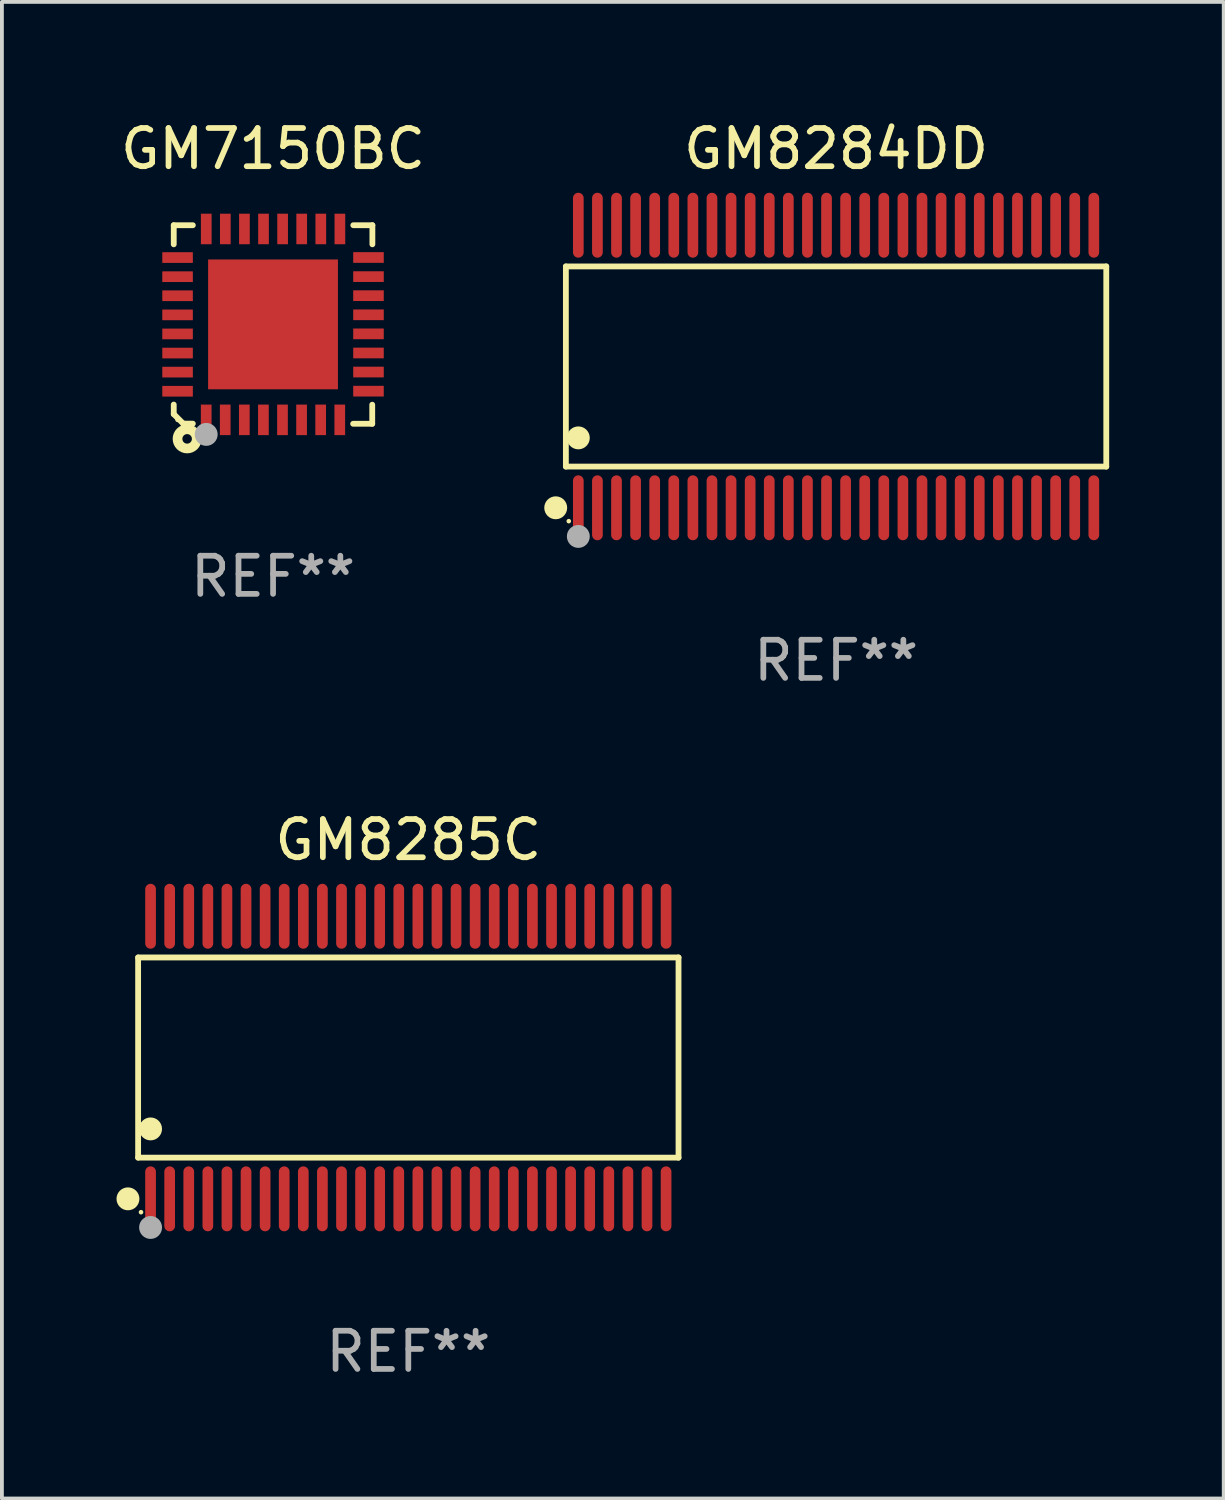
<source format=kicad_pcb>
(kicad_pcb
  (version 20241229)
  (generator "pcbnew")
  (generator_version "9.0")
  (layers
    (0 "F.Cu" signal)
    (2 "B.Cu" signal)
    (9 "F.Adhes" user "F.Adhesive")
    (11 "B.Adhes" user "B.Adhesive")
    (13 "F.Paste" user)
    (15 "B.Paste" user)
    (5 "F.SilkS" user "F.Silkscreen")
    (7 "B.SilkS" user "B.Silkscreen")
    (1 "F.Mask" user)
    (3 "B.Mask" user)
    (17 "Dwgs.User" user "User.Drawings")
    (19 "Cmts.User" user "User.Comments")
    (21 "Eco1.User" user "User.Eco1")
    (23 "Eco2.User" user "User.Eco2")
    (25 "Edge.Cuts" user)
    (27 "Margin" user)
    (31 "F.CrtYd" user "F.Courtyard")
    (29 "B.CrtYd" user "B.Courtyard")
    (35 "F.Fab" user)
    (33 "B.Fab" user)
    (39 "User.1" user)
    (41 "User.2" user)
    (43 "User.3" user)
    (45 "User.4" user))
  (footprint "GM8285C"
    (layer "F.Cu")
    (at 7.643 24.645)
    (property "Reference" "GM8285C" (at 0 -5.7 0) (layer "F.SilkS") (effects (font (size 1 1) (thickness 0.15))))
    (attr through_hole)
    (fp_line (start -7.076 -2.621) (end 7.076 -2.621) (stroke (width 0.152) (type solid)) (layer "F.SilkS"))
    (fp_line (start -7.076 2.621) (end -7.076 -2.621) (stroke (width 0.152) (type solid)) (layer "F.SilkS"))
    (fp_line (start 7.076 -2.621) (end 7.076 2.621) (stroke (width 0.152) (type solid)) (layer "F.SilkS"))
    (fp_line (start 7.076 2.621) (end -7.076 2.621) (stroke (width 0.152) (type solid)) (layer "F.SilkS"))
    (fp_circle (center -7.342 3.7) (end -7.192 3.7) (stroke (width 0.3) (type solid)) (fill no) (layer "F.SilkS"))
    (fp_circle (center -7 4.05) (end -6.97 4.05) (stroke (width 0.06) (type solid)) (fill no) (layer "F.SilkS"))
    (fp_circle (center -6.75 1.869) (end -6.6 1.869) (stroke (width 0.3) (type solid)) (fill no) (layer "F.SilkS"))
    (fp_circle (center -6.75 4.45) (end -6.6 4.45) (stroke (width 0.3) (type solid)) (fill no) (layer "F.Fab"))
    (fp_text user "REF**" (at 0 7.7 0) (layer "F.Fab") (effects (font (size 1 1) (thickness 0.15))))
    (pad "1" smd oval (at -6.75 3.7) (size 0.28 1.7) (layers "F.Cu" "F.Mask" "F.Paste"))
    (pad "2" smd oval (at -6.25 3.7) (size 0.28 1.7) (layers "F.Cu" "F.Mask" "F.Paste"))
    (pad "3" smd oval (at -5.75 3.7) (size 0.28 1.7) (layers "F.Cu" "F.Mask" "F.Paste"))
    (pad "4" smd oval (at -5.25 3.7) (size 0.28 1.7) (layers "F.Cu" "F.Mask" "F.Paste"))
    (pad "5" smd oval (at -4.75 3.7) (size 0.28 1.7) (layers "F.Cu" "F.Mask" "F.Paste"))
    (pad "6" smd oval (at -4.25 3.7) (size 0.28 1.7) (layers "F.Cu" "F.Mask" "F.Paste"))
    (pad "7" smd oval (at -3.75 3.7) (size 0.28 1.7) (layers "F.Cu" "F.Mask" "F.Paste"))
    (pad "8" smd oval (at -3.25 3.7) (size 0.28 1.7) (layers "F.Cu" "F.Mask" "F.Paste"))
    (pad "9" smd oval (at -2.75 3.7) (size 0.28 1.7) (layers "F.Cu" "F.Mask" "F.Paste"))
    (pad "10" smd oval (at -2.25 3.7) (size 0.28 1.7) (layers "F.Cu" "F.Mask" "F.Paste"))
    (pad "11" smd oval (at -1.75 3.7) (size 0.28 1.7) (layers "F.Cu" "F.Mask" "F.Paste"))
    (pad "12" smd oval (at -1.25 3.7) (size 0.28 1.7) (layers "F.Cu" "F.Mask" "F.Paste"))
    (pad "13" smd oval (at -0.75 3.7) (size 0.28 1.7) (layers "F.Cu" "F.Mask" "F.Paste"))
    (pad "14" smd oval (at -0.25 3.7) (size 0.28 1.7) (layers "F.Cu" "F.Mask" "F.Paste"))
    (pad "15" smd oval (at 0.25 3.7) (size 0.28 1.7) (layers "F.Cu" "F.Mask" "F.Paste"))
    (pad "16" smd oval (at 0.75 3.7) (size 0.28 1.7) (layers "F.Cu" "F.Mask" "F.Paste"))
    (pad "17" smd oval (at 1.25 3.7) (size 0.28 1.7) (layers "F.Cu" "F.Mask" "F.Paste"))
    (pad "18" smd oval (at 1.75 3.7) (size 0.28 1.7) (layers "F.Cu" "F.Mask" "F.Paste"))
    (pad "19" smd oval (at 2.25 3.7) (size 0.28 1.7) (layers "F.Cu" "F.Mask" "F.Paste"))
    (pad "20" smd oval (at 2.75 3.7) (size 0.28 1.7) (layers "F.Cu" "F.Mask" "F.Paste"))
    (pad "21" smd oval (at 3.25 3.7) (size 0.28 1.7) (layers "F.Cu" "F.Mask" "F.Paste"))
    (pad "22" smd oval (at 3.75 3.7) (size 0.28 1.7) (layers "F.Cu" "F.Mask" "F.Paste"))
    (pad "23" smd oval (at 4.25 3.7) (size 0.28 1.7) (layers "F.Cu" "F.Mask" "F.Paste"))
    (pad "24" smd oval (at 4.75 3.7) (size 0.28 1.7) (layers "F.Cu" "F.Mask" "F.Paste"))
    (pad "25" smd oval (at 5.25 3.7) (size 0.28 1.7) (layers "F.Cu" "F.Mask" "F.Paste"))
    (pad "26" smd oval (at 5.75 3.7) (size 0.28 1.7) (layers "F.Cu" "F.Mask" "F.Paste"))
    (pad "27" smd oval (at 6.25 3.7) (size 0.28 1.7) (layers "F.Cu" "F.Mask" "F.Paste"))
    (pad "28" smd oval (at 6.75 3.7) (size 0.28 1.7) (layers "F.Cu" "F.Mask" "F.Paste"))
    (pad "29" smd oval (at 6.75 -3.7) (size 0.28 1.7) (layers "F.Cu" "F.Mask" "F.Paste"))
    (pad "30" smd oval (at 6.25 -3.7) (size 0.28 1.7) (layers "F.Cu" "F.Mask" "F.Paste"))
    (pad "31" smd oval (at 5.75 -3.7) (size 0.28 1.7) (layers "F.Cu" "F.Mask" "F.Paste"))
    (pad "32" smd oval (at 5.25 -3.7) (size 0.28 1.7) (layers "F.Cu" "F.Mask" "F.Paste"))
    (pad "33" smd oval (at 4.75 -3.7) (size 0.28 1.7) (layers "F.Cu" "F.Mask" "F.Paste"))
    (pad "34" smd oval (at 4.25 -3.7) (size 0.28 1.7) (layers "F.Cu" "F.Mask" "F.Paste"))
    (pad "35" smd oval (at 3.75 -3.7) (size 0.28 1.7) (layers "F.Cu" "F.Mask" "F.Paste"))
    (pad "36" smd oval (at 3.25 -3.7) (size 0.28 1.7) (layers "F.Cu" "F.Mask" "F.Paste"))
    (pad "37" smd oval (at 2.75 -3.7) (size 0.28 1.7) (layers "F.Cu" "F.Mask" "F.Paste"))
    (pad "38" smd oval (at 2.25 -3.7) (size 0.28 1.7) (layers "F.Cu" "F.Mask" "F.Paste"))
    (pad "39" smd oval (at 1.75 -3.7) (size 0.28 1.7) (layers "F.Cu" "F.Mask" "F.Paste"))
    (pad "40" smd oval (at 1.25 -3.7) (size 0.28 1.7) (layers "F.Cu" "F.Mask" "F.Paste"))
    (pad "41" smd oval (at 0.75 -3.7) (size 0.28 1.7) (layers "F.Cu" "F.Mask" "F.Paste"))
    (pad "42" smd oval (at 0.25 -3.7) (size 0.28 1.7) (layers "F.Cu" "F.Mask" "F.Paste"))
    (pad "43" smd oval (at -0.25 -3.7) (size 0.28 1.7) (layers "F.Cu" "F.Mask" "F.Paste"))
    (pad "44" smd oval (at -0.75 -3.7) (size 0.28 1.7) (layers "F.Cu" "F.Mask" "F.Paste"))
    (pad "45" smd oval (at -1.25 -3.7) (size 0.28 1.7) (layers "F.Cu" "F.Mask" "F.Paste"))
    (pad "46" smd oval (at -1.75 -3.7) (size 0.28 1.7) (layers "F.Cu" "F.Mask" "F.Paste"))
    (pad "47" smd oval (at -2.25 -3.7) (size 0.28 1.7) (layers "F.Cu" "F.Mask" "F.Paste"))
    (pad "48" smd oval (at -2.75 -3.7) (size 0.28 1.7) (layers "F.Cu" "F.Mask" "F.Paste"))
    (pad "49" smd oval (at -3.25 -3.7) (size 0.28 1.7) (layers "F.Cu" "F.Mask" "F.Paste"))
    (pad "50" smd oval (at -3.75 -3.7) (size 0.28 1.7) (layers "F.Cu" "F.Mask" "F.Paste"))
    (pad "51" smd oval (at -4.25 -3.7) (size 0.28 1.7) (layers "F.Cu" "F.Mask" "F.Paste"))
    (pad "52" smd oval (at -4.75 -3.7) (size 0.28 1.7) (layers "F.Cu" "F.Mask" "F.Paste"))
    (pad "53" smd oval (at -5.25 -3.7) (size 0.28 1.7) (layers "F.Cu" "F.Mask" "F.Paste"))
    (pad "54" smd oval (at -5.75 -3.7) (size 0.28 1.7) (layers "F.Cu" "F.Mask" "F.Paste"))
    (pad "55" smd oval (at -6.25 -3.7) (size 0.28 1.7) (layers "F.Cu" "F.Mask" "F.Paste"))
    (pad "56" smd oval (at -6.75 -3.7) (size 0.28 1.7) (layers "F.Cu" "F.Mask" "F.Paste")))
  (footprint "GM7150BC"
    (layer "F.Cu")
    (at 4.101 5.448)
    (property "Reference" "GM7150BC" (at 0 -4.6 0) (layer "F.SilkS") (effects (font (size 1 1) (thickness 0.15))))
    (attr through_hole)
    (fp_line (start -2.601 2.097) (end -2.601 2.347) (stroke (width 0.152) (type solid)) (layer "F.SilkS"))
    (fp_line (start -2.601 2.347) (end -2.351 2.597) (stroke (width 0.152) (type solid)) (layer "F.SilkS"))
    (fp_line (start -2.601 -2.6) (end -2.601 -2.1) (stroke (width 0.152) (type solid)) (layer "F.SilkS"))
    (fp_line (start -2.601 -2.6) (end -2.101 -2.6) (stroke (width 0.152) (type solid)) (layer "F.SilkS"))
    (fp_line (start -2.351 2.597) (end -2.101 2.597) (stroke (width 0.152) (type solid)) (layer "F.SilkS"))
    (fp_line (start 2.597 2.6) (end 2.097 2.6) (stroke (width 0.152) (type solid)) (layer "F.SilkS"))
    (fp_line (start 2.597 2.6) (end 2.597 2.1) (stroke (width 0.152) (type solid)) (layer "F.SilkS"))
    (fp_line (start 2.601 -2.6) (end 2.101 -2.6) (stroke (width 0.152) (type solid)) (layer "F.SilkS"))
    (fp_line (start 2.601 -2.6) (end 2.601 -2.1) (stroke (width 0.152) (type solid)) (layer "F.SilkS"))
    (fp_circle (center -2.501 2.497) (end -2.471 2.497) (stroke (width 0.06) (type solid)) (fill no) (layer "F.SilkS"))
    (fp_circle (center -2.25 2.995) (end -2.125 2.995) (stroke (width 0.254) (type solid)) (fill no) (layer "F.SilkS"))
    (fp_circle (center -1.751 2.878) (end -1.601 2.878) (stroke (width 0.3) (type solid)) (fill no) (layer "F.Fab"))
    (fp_text user "REF**" (at 0 6.6 0) (layer "F.Fab") (effects (font (size 1 1) (thickness 0.15))))
    (pad "1" smd rect (at -1.751 2.497) (size 0.28 0.8) (layers "F.Cu" "F.Mask" "F.Paste"))
    (pad "2" smd rect (at -1.253 2.497) (size 0.28 0.8) (layers "F.Cu" "F.Mask" "F.Paste"))
    (pad "3" smd rect (at -0.753 2.497) (size 0.28 0.8) (layers "F.Cu" "F.Mask" "F.Paste"))
    (pad "4" smd rect (at -0.253 2.497) (size 0.28 0.8) (layers "F.Cu" "F.Mask" "F.Paste"))
    (pad "5" smd rect (at 0.247 2.497) (size 0.28 0.8) (layers "F.Cu" "F.Mask" "F.Paste"))
    (pad "6" smd rect (at 0.747 2.497) (size 0.28 0.8) (layers "F.Cu" "F.Mask" "F.Paste"))
    (pad "7" smd rect (at 1.247 2.497) (size 0.28 0.8) (layers "F.Cu" "F.Mask" "F.Paste"))
    (pad "8" smd rect (at 1.747 2.497) (size 0.28 0.8) (layers "F.Cu" "F.Mask" "F.Paste"))
    (pad "9" smd rect (at 2.499 1.746) (size 0.8 0.28) (layers "F.Cu" "F.Mask" "F.Paste"))
    (pad "10" smd rect (at 2.499 1.245) (size 0.8 0.28) (layers "F.Cu" "F.Mask" "F.Paste"))
    (pad "11" smd rect (at 2.499 0.746) (size 0.8 0.28) (layers "F.Cu" "F.Mask" "F.Paste"))
    (pad "12" smd rect (at 2.499 0.245) (size 0.8 0.28) (layers "F.Cu" "F.Mask" "F.Paste"))
    (pad "13" smd rect (at 2.499 -0.254) (size 0.8 0.28) (layers "F.Cu" "F.Mask" "F.Paste"))
    (pad "14" smd rect (at 2.499 -0.755) (size 0.8 0.28) (layers "F.Cu" "F.Mask" "F.Paste"))
    (pad "15" smd rect (at 2.499 -1.254) (size 0.8 0.28) (layers "F.Cu" "F.Mask" "F.Paste"))
    (pad "16" smd rect (at 2.499 -1.755) (size 0.8 0.28) (layers "F.Cu" "F.Mask" "F.Paste"))
    (pad "17" smd rect (at 1.75 -2.502) (size 0.28 0.8) (layers "F.Cu" "F.Mask" "F.Paste"))
    (pad "18" smd rect (at 1.25 -2.502) (size 0.28 0.8) (layers "F.Cu" "F.Mask" "F.Paste"))
    (pad "19" smd rect (at 0.75 -2.502) (size 0.28 0.8) (layers "F.Cu" "F.Mask" "F.Paste"))
    (pad "20" smd rect (at 0.25 -2.502) (size 0.28 0.8) (layers "F.Cu" "F.Mask" "F.Paste"))
    (pad "21" smd rect (at -0.25 -2.502) (size 0.28 0.8) (layers "F.Cu" "F.Mask" "F.Paste"))
    (pad "22" smd rect (at -0.75 -2.502) (size 0.28 0.8) (layers "F.Cu" "F.Mask" "F.Paste"))
    (pad "23" smd rect (at -1.25 -2.502) (size 0.28 0.8) (layers "F.Cu" "F.Mask" "F.Paste"))
    (pad "24" smd rect (at -1.75 -2.502) (size 0.28 0.8) (layers "F.Cu" "F.Mask" "F.Paste"))
    (pad "25" smd rect (at -2.501 -1.753) (size 0.8 0.28) (layers "F.Cu" "F.Mask" "F.Paste"))
    (pad "26" smd rect (at -2.501 -1.252) (size 0.8 0.28) (layers "F.Cu" "F.Mask" "F.Paste"))
    (pad "27" smd rect (at -2.501 -0.753) (size 0.8 0.28) (layers "F.Cu" "F.Mask" "F.Paste"))
    (pad "28" smd rect (at -2.501 -0.252) (size 0.8 0.28) (layers "F.Cu" "F.Mask" "F.Paste"))
    (pad "29" smd rect (at -2.501 0.247) (size 0.8 0.28) (layers "F.Cu" "F.Mask" "F.Paste"))
    (pad "30" smd rect (at -2.501 0.748) (size 0.8 0.28) (layers "F.Cu" "F.Mask" "F.Paste"))
    (pad "31" smd rect (at -2.501 1.247) (size 0.8 0.28) (layers "F.Cu" "F.Mask" "F.Paste"))
    (pad "32" smd rect (at -2.501 1.748) (size 0.8 0.28) (layers "F.Cu" "F.Mask" "F.Paste"))
    (pad "33" smd rect (at -0.001 -0.003 180) (size 3.4 3.4) (layers "F.Cu" "F.Mask" "F.Paste")))
  (footprint "GM8284DD"
    (layer "F.Cu")
    (at 18.845 6.548)
    (property "Reference" "GM8284DD" (at 0 -5.7 0) (layer "F.SilkS") (effects (font (size 1 1) (thickness 0.15))))
    (attr through_hole)
    (fp_line (start -7.076 -2.621) (end 7.076 -2.621) (stroke (width 0.152) (type solid)) (layer "F.SilkS"))
    (fp_line (start -7.076 2.621) (end -7.076 -2.621) (stroke (width 0.152) (type solid)) (layer "F.SilkS"))
    (fp_line (start 7.076 -2.621) (end 7.076 2.621) (stroke (width 0.152) (type solid)) (layer "F.SilkS"))
    (fp_line (start 7.076 2.621) (end -7.076 2.621) (stroke (width 0.152) (type solid)) (layer "F.SilkS"))
    (fp_circle (center -7.342 3.7) (end -7.192 3.7) (stroke (width 0.3) (type solid)) (fill no) (layer "F.SilkS"))
    (fp_circle (center -7 4.05) (end -6.97 4.05) (stroke (width 0.06) (type solid)) (fill no) (layer "F.SilkS"))
    (fp_circle (center -6.75 1.869) (end -6.6 1.869) (stroke (width 0.3) (type solid)) (fill no) (layer "F.SilkS"))
    (fp_circle (center -6.75 4.45) (end -6.6 4.45) (stroke (width 0.3) (type solid)) (fill no) (layer "F.Fab"))
    (fp_text user "REF**" (at 0 7.7 0) (layer "F.Fab") (effects (font (size 1 1) (thickness 0.15))))
    (pad "1" smd oval (at -6.75 3.7) (size 0.28 1.7) (layers "F.Cu" "F.Mask" "F.Paste"))
    (pad "2" smd oval (at -6.25 3.7) (size 0.28 1.7) (layers "F.Cu" "F.Mask" "F.Paste"))
    (pad "3" smd oval (at -5.75 3.7) (size 0.28 1.7) (layers "F.Cu" "F.Mask" "F.Paste"))
    (pad "4" smd oval (at -5.25 3.7) (size 0.28 1.7) (layers "F.Cu" "F.Mask" "F.Paste"))
    (pad "5" smd oval (at -4.75 3.7) (size 0.28 1.7) (layers "F.Cu" "F.Mask" "F.Paste"))
    (pad "6" smd oval (at -4.25 3.7) (size 0.28 1.7) (layers "F.Cu" "F.Mask" "F.Paste"))
    (pad "7" smd oval (at -3.75 3.7) (size 0.28 1.7) (layers "F.Cu" "F.Mask" "F.Paste"))
    (pad "8" smd oval (at -3.25 3.7) (size 0.28 1.7) (layers "F.Cu" "F.Mask" "F.Paste"))
    (pad "9" smd oval (at -2.75 3.7) (size 0.28 1.7) (layers "F.Cu" "F.Mask" "F.Paste"))
    (pad "10" smd oval (at -2.25 3.7) (size 0.28 1.7) (layers "F.Cu" "F.Mask" "F.Paste"))
    (pad "11" smd oval (at -1.75 3.7) (size 0.28 1.7) (layers "F.Cu" "F.Mask" "F.Paste"))
    (pad "12" smd oval (at -1.25 3.7) (size 0.28 1.7) (layers "F.Cu" "F.Mask" "F.Paste"))
    (pad "13" smd oval (at -0.75 3.7) (size 0.28 1.7) (layers "F.Cu" "F.Mask" "F.Paste"))
    (pad "14" smd oval (at -0.25 3.7) (size 0.28 1.7) (layers "F.Cu" "F.Mask" "F.Paste"))
    (pad "15" smd oval (at 0.25 3.7) (size 0.28 1.7) (layers "F.Cu" "F.Mask" "F.Paste"))
    (pad "16" smd oval (at 0.75 3.7) (size 0.28 1.7) (layers "F.Cu" "F.Mask" "F.Paste"))
    (pad "17" smd oval (at 1.25 3.7) (size 0.28 1.7) (layers "F.Cu" "F.Mask" "F.Paste"))
    (pad "18" smd oval (at 1.75 3.7) (size 0.28 1.7) (layers "F.Cu" "F.Mask" "F.Paste"))
    (pad "19" smd oval (at 2.25 3.7) (size 0.28 1.7) (layers "F.Cu" "F.Mask" "F.Paste"))
    (pad "20" smd oval (at 2.75 3.7) (size 0.28 1.7) (layers "F.Cu" "F.Mask" "F.Paste"))
    (pad "21" smd oval (at 3.25 3.7) (size 0.28 1.7) (layers "F.Cu" "F.Mask" "F.Paste"))
    (pad "22" smd oval (at 3.75 3.7) (size 0.28 1.7) (layers "F.Cu" "F.Mask" "F.Paste"))
    (pad "23" smd oval (at 4.25 3.7) (size 0.28 1.7) (layers "F.Cu" "F.Mask" "F.Paste"))
    (pad "24" smd oval (at 4.75 3.7) (size 0.28 1.7) (layers "F.Cu" "F.Mask" "F.Paste"))
    (pad "25" smd oval (at 5.25 3.7) (size 0.28 1.7) (layers "F.Cu" "F.Mask" "F.Paste"))
    (pad "26" smd oval (at 5.75 3.7) (size 0.28 1.7) (layers "F.Cu" "F.Mask" "F.Paste"))
    (pad "27" smd oval (at 6.25 3.7) (size 0.28 1.7) (layers "F.Cu" "F.Mask" "F.Paste"))
    (pad "28" smd oval (at 6.75 3.7) (size 0.28 1.7) (layers "F.Cu" "F.Mask" "F.Paste"))
    (pad "29" smd oval (at 6.75 -3.7) (size 0.28 1.7) (layers "F.Cu" "F.Mask" "F.Paste"))
    (pad "30" smd oval (at 6.25 -3.7) (size 0.28 1.7) (layers "F.Cu" "F.Mask" "F.Paste"))
    (pad "31" smd oval (at 5.75 -3.7) (size 0.28 1.7) (layers "F.Cu" "F.Mask" "F.Paste"))
    (pad "32" smd oval (at 5.25 -3.7) (size 0.28 1.7) (layers "F.Cu" "F.Mask" "F.Paste"))
    (pad "33" smd oval (at 4.75 -3.7) (size 0.28 1.7) (layers "F.Cu" "F.Mask" "F.Paste"))
    (pad "34" smd oval (at 4.25 -3.7) (size 0.28 1.7) (layers "F.Cu" "F.Mask" "F.Paste"))
    (pad "35" smd oval (at 3.75 -3.7) (size 0.28 1.7) (layers "F.Cu" "F.Mask" "F.Paste"))
    (pad "36" smd oval (at 3.25 -3.7) (size 0.28 1.7) (layers "F.Cu" "F.Mask" "F.Paste"))
    (pad "37" smd oval (at 2.75 -3.7) (size 0.28 1.7) (layers "F.Cu" "F.Mask" "F.Paste"))
    (pad "38" smd oval (at 2.25 -3.7) (size 0.28 1.7) (layers "F.Cu" "F.Mask" "F.Paste"))
    (pad "39" smd oval (at 1.75 -3.7) (size 0.28 1.7) (layers "F.Cu" "F.Mask" "F.Paste"))
    (pad "40" smd oval (at 1.25 -3.7) (size 0.28 1.7) (layers "F.Cu" "F.Mask" "F.Paste"))
    (pad "41" smd oval (at 0.75 -3.7) (size 0.28 1.7) (layers "F.Cu" "F.Mask" "F.Paste"))
    (pad "42" smd oval (at 0.25 -3.7) (size 0.28 1.7) (layers "F.Cu" "F.Mask" "F.Paste"))
    (pad "43" smd oval (at -0.25 -3.7) (size 0.28 1.7) (layers "F.Cu" "F.Mask" "F.Paste"))
    (pad "44" smd oval (at -0.75 -3.7) (size 0.28 1.7) (layers "F.Cu" "F.Mask" "F.Paste"))
    (pad "45" smd oval (at -1.25 -3.7) (size 0.28 1.7) (layers "F.Cu" "F.Mask" "F.Paste"))
    (pad "46" smd oval (at -1.75 -3.7) (size 0.28 1.7) (layers "F.Cu" "F.Mask" "F.Paste"))
    (pad "47" smd oval (at -2.25 -3.7) (size 0.28 1.7) (layers "F.Cu" "F.Mask" "F.Paste"))
    (pad "48" smd oval (at -2.75 -3.7) (size 0.28 1.7) (layers "F.Cu" "F.Mask" "F.Paste"))
    (pad "49" smd oval (at -3.25 -3.7) (size 0.28 1.7) (layers "F.Cu" "F.Mask" "F.Paste"))
    (pad "50" smd oval (at -3.75 -3.7) (size 0.28 1.7) (layers "F.Cu" "F.Mask" "F.Paste"))
    (pad "51" smd oval (at -4.25 -3.7) (size 0.28 1.7) (layers "F.Cu" "F.Mask" "F.Paste"))
    (pad "52" smd oval (at -4.75 -3.7) (size 0.28 1.7) (layers "F.Cu" "F.Mask" "F.Paste"))
    (pad "53" smd oval (at -5.25 -3.7) (size 0.28 1.7) (layers "F.Cu" "F.Mask" "F.Paste"))
    (pad "54" smd oval (at -5.75 -3.7) (size 0.28 1.7) (layers "F.Cu" "F.Mask" "F.Paste"))
    (pad "55" smd oval (at -6.25 -3.7) (size 0.28 1.7) (layers "F.Cu" "F.Mask" "F.Paste"))
    (pad "56" smd oval (at -6.75 -3.7) (size 0.28 1.7) (layers "F.Cu" "F.Mask" "F.Paste")))
  (gr_rect
    (start -3 -3)
    (end 28.997 36.193)
    (stroke (width 0.1) (type default))
    (fill no)
    (layer "Edge.Cuts")))
</source>
